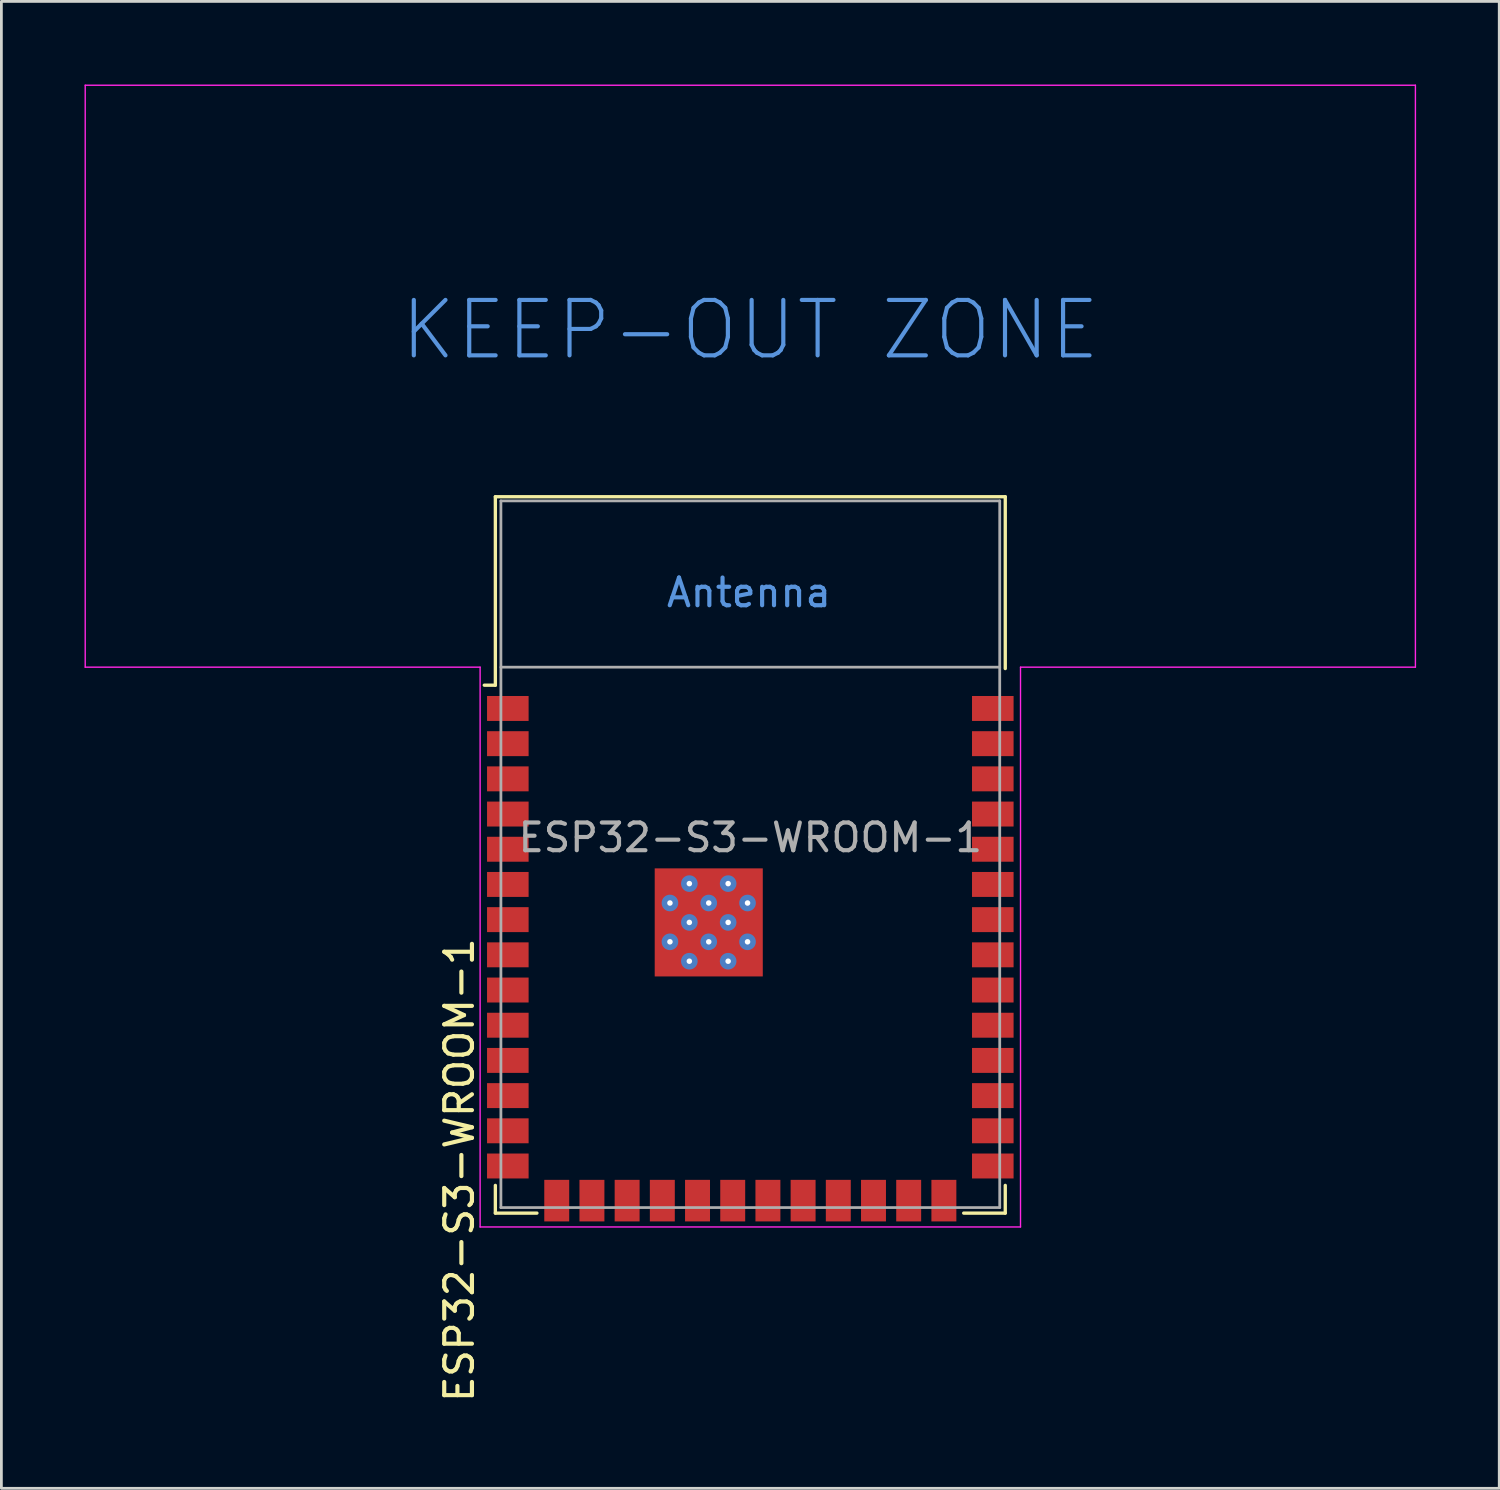
<source format=kicad_pcb>
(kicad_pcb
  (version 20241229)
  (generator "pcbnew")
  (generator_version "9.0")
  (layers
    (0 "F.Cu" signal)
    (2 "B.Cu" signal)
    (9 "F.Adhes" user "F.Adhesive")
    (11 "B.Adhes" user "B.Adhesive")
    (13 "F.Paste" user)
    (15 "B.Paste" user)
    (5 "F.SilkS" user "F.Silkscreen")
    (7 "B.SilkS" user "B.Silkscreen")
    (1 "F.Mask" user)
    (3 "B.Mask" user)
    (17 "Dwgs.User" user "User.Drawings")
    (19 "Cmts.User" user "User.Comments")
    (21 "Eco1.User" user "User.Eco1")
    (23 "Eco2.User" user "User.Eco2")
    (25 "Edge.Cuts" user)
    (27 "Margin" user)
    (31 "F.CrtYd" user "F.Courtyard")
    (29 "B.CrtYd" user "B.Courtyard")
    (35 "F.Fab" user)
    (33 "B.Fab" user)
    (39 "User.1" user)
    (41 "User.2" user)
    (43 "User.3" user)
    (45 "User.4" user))
  (footprint "ESP32-S3-WROOM-1"
    (layer "F.Cu")
    (at 24.025 27.775)
    (property "Reference" "ESP32-S3-WROOM-1" (at -10.5 11.4 90) (unlocked yes) (layer "F.SilkS") (effects (font (size 1 1) (thickness 0.15))))
    (attr smd)
    (fp_line (start -9.2 -12.9) (end 9.2 -12.9) (stroke (width 0.12) (type solid)) (layer "F.SilkS"))
    (fp_line (start -9.2 -6.1) (end -9.6 -6.1) (stroke (width 0.12) (type solid)) (layer "F.SilkS"))
    (fp_line (start -9.2 -6.1) (end -9.2 -12.9) (stroke (width 0.12) (type solid)) (layer "F.SilkS"))
    (fp_line (start -9.2 11.95) (end -9.2 12.95) (stroke (width 0.12) (type solid)) (layer "F.SilkS"))
    (fp_line (start -9.2 12.95) (end -7.7 12.95) (stroke (width 0.12) (type solid)) (layer "F.SilkS"))
    (fp_line (start 9.2 -12.9) (end 9.2 -6.7) (stroke (width 0.12) (type solid)) (layer "F.SilkS"))
    (fp_line (start 9.2 12.95) (end 7.7 12.95) (stroke (width 0.12) (type solid)) (layer "F.SilkS"))
    (fp_line (start 9.2 12.95) (end 9.2 11.95) (stroke (width 0.12) (type solid)) (layer "F.SilkS"))
    (fp_line (start -24 -27.75) (end -24 -6.75) (stroke (width 0.05) (type solid)) (layer "F.CrtYd"))
    (fp_line (start -24 -6.75) (end -9.75 -6.75) (stroke (width 0.05) (type solid)) (layer "F.CrtYd"))
    (fp_line (start -9.75 13.45) (end -9.75 -6.75) (stroke (width 0.05) (type solid)) (layer "F.CrtYd"))
    (fp_line (start -9.75 13.45) (end 9.75 13.45) (stroke (width 0.05) (type solid)) (layer "F.CrtYd"))
    (fp_line (start 9.75 -6.75) (end 9.75 13.45) (stroke (width 0.05) (type solid)) (layer "F.CrtYd"))
    (fp_line (start 9.75 -6.75) (end 24 -6.75) (stroke (width 0.05) (type solid)) (layer "F.CrtYd"))
    (fp_line (start 24 -27.75) (end -24 -27.75) (stroke (width 0.05) (type solid)) (layer "F.CrtYd"))
    (fp_line (start 24 -6.75) (end 24 -27.75) (stroke (width 0.05) (type solid)) (layer "F.CrtYd"))
    (fp_line (start -9 -12.75) (end 9 -12.75) (stroke (width 0.1) (type solid)) (layer "F.Fab"))
    (fp_line (start -9 -6.75) (end 9 -6.75) (stroke (width 0.1) (type solid)) (layer "F.Fab"))
    (fp_line (start -9 12.75) (end -9 -12.75) (stroke (width 0.1) (type solid)) (layer "F.Fab"))
    (fp_line (start -9 12.75) (end 9 12.75) (stroke (width 0.1) (type solid)) (layer "F.Fab"))
    (fp_line (start 9 12.75) (end 9 -12.75) (stroke (width 0.1) (type solid)) (layer "F.Fab"))
    (fp_text user "KEEP-OUT ZONE" (at 0 -18.92 0) (layer "Cmts.User") (effects (font (size 2 2) (thickness 0.15))))
    (fp_text user "Antenna" (at -0.05 -9.44 0) (layer "Cmts.User") (effects (font (size 1 1) (thickness 0.15))))
    (fp_text user "${REFERENCE}" (at 0 -0.6 0) (unlocked yes) (layer "F.Fab") (effects (font (size 1 1) (thickness 0.15))))
    (pad "" smd rect (at -2.9 1.06) (size 0.9 0.9) (layers "F.Paste"))
    (pad "" smd rect (at -2.9 2.46 270) (size 0.9 0.9) (layers "F.Paste"))
    (pad "" smd rect (at -2.9 3.86) (size 0.9 0.9) (layers "F.Paste"))
    (pad "" smd rect (at -1.5 1.06 270) (size 0.9 0.9) (layers "F.Paste"))
    (pad "" smd rect (at -1.5 2.46 270) (size 0.9 0.9) (layers "F.Paste"))
    (pad "" smd rect (at -1.5 3.86 270) (size 0.9 0.9) (layers "F.Paste"))
    (pad "" smd rect (at -0.1 1.06 270) (size 0.9 0.9) (layers "F.Paste"))
    (pad "" smd rect (at -0.1 2.46 270) (size 0.9 0.9) (layers "F.Paste"))
    (pad "" smd rect (at -0.1 3.86 270) (size 0.9 0.9) (layers "F.Paste"))
    (pad "1" smd rect (at -8.75 -5.26) (size 1.5 0.9) (layers "F.Cu" "F.Mask" "F.Paste"))
    (pad "2" smd rect (at -8.75 -3.99) (size 1.5 0.9) (layers "F.Cu" "F.Mask" "F.Paste"))
    (pad "3" smd rect (at -8.75 -2.72) (size 1.5 0.9) (layers "F.Cu" "F.Mask" "F.Paste"))
    (pad "4" smd rect (at -8.75 -1.45) (size 1.5 0.9) (layers "F.Cu" "F.Mask" "F.Paste"))
    (pad "5" smd rect (at -8.75 -0.18) (size 1.5 0.9) (layers "F.Cu" "F.Mask" "F.Paste"))
    (pad "6" smd rect (at -8.75 1.09) (size 1.5 0.9) (layers "F.Cu" "F.Mask" "F.Paste"))
    (pad "7" smd rect (at -8.75 2.36) (size 1.5 0.9) (layers "F.Cu" "F.Mask" "F.Paste"))
    (pad "8" smd rect (at -8.75 3.63) (size 1.5 0.9) (layers "F.Cu" "F.Mask" "F.Paste"))
    (pad "9" smd rect (at -8.75 4.9) (size 1.5 0.9) (layers "F.Cu" "F.Mask" "F.Paste"))
    (pad "10" smd rect (at -8.75 6.17) (size 1.5 0.9) (layers "F.Cu" "F.Mask" "F.Paste"))
    (pad "11" smd rect (at -8.75 7.44) (size 1.5 0.9) (layers "F.Cu" "F.Mask" "F.Paste"))
    (pad "12" smd rect (at -8.75 8.71) (size 1.5 0.9) (layers "F.Cu" "F.Mask" "F.Paste"))
    (pad "13" smd rect (at -8.75 9.98) (size 1.5 0.9) (layers "F.Cu" "F.Mask" "F.Paste"))
    (pad "14" smd rect (at -8.75 11.25 180) (size 1.5 0.9) (layers "F.Cu" "F.Mask" "F.Paste"))
    (pad "15" smd rect (at -6.985 12.5 270) (size 1.5 0.9) (layers "F.Cu" "F.Mask" "F.Paste"))
    (pad "16" smd rect (at -5.715 12.5 270) (size 1.5 0.9) (layers "F.Cu" "F.Mask" "F.Paste"))
    (pad "17" smd rect (at -4.445 12.5 270) (size 1.5 0.9) (layers "F.Cu" "F.Mask" "F.Paste"))
    (pad "18" smd rect (at -3.175 12.5 270) (size 1.5 0.9) (layers "F.Cu" "F.Mask" "F.Paste"))
    (pad "19" smd rect (at -1.905 12.5 270) (size 1.5 0.9) (layers "F.Cu" "F.Mask" "F.Paste"))
    (pad "20" smd rect (at -0.635 12.5 270) (size 1.5 0.9) (layers "F.Cu" "F.Mask" "F.Paste"))
    (pad "21" smd rect (at 0.635 12.5 270) (size 1.5 0.9) (layers "F.Cu" "F.Mask" "F.Paste"))
    (pad "22" smd rect (at 1.905 12.5 270) (size 1.5 0.9) (layers "F.Cu" "F.Mask" "F.Paste"))
    (pad "23" smd rect (at 3.175 12.5 270) (size 1.5 0.9) (layers "F.Cu" "F.Mask" "F.Paste"))
    (pad "24" smd rect (at 4.445 12.5 270) (size 1.5 0.9) (layers "F.Cu" "F.Mask" "F.Paste"))
    (pad "25" smd rect (at 5.715 12.5 270) (size 1.5 0.9) (layers "F.Cu" "F.Mask" "F.Paste"))
    (pad "26" smd rect (at 6.985 12.5 270) (size 1.5 0.9) (layers "F.Cu" "F.Mask" "F.Paste"))
    (pad "27" smd rect (at 8.75 11.25) (size 1.5 0.9) (layers "F.Cu" "F.Mask" "F.Paste"))
    (pad "28" smd rect (at 8.75 9.98) (size 1.5 0.9) (layers "F.Cu" "F.Mask" "F.Paste"))
    (pad "29" smd rect (at 8.75 8.71) (size 1.5 0.9) (layers "F.Cu" "F.Mask" "F.Paste"))
    (pad "30" smd rect (at 8.75 7.44) (size 1.5 0.9) (layers "F.Cu" "F.Mask" "F.Paste"))
    (pad "31" smd rect (at 8.75 6.17) (size 1.5 0.9) (layers "F.Cu" "F.Mask" "F.Paste"))
    (pad "32" smd rect (at 8.75 4.9) (size 1.5 0.9) (layers "F.Cu" "F.Mask" "F.Paste"))
    (pad "33" smd rect (at 8.75 3.63) (size 1.5 0.9) (layers "F.Cu" "F.Mask" "F.Paste"))
    (pad "34" smd rect (at 8.75 2.36) (size 1.5 0.9) (layers "F.Cu" "F.Mask" "F.Paste"))
    (pad "35" smd rect (at 8.75 1.09) (size 1.5 0.9) (layers "F.Cu" "F.Mask" "F.Paste"))
    (pad "36" smd rect (at 8.75 -0.18) (size 1.5 0.9) (layers "F.Cu" "F.Mask" "F.Paste"))
    (pad "37" smd rect (at 8.75 -1.45) (size 1.5 0.9) (layers "F.Cu" "F.Mask" "F.Paste"))
    (pad "38" smd rect (at 8.75 -2.72) (size 1.5 0.9) (layers "F.Cu" "F.Mask" "F.Paste"))
    (pad "39" smd rect (at 8.75 -3.99) (size 1.5 0.9) (layers "F.Cu" "F.Mask" "F.Paste"))
    (pad "40" smd rect (at 8.75 -5.26) (size 1.5 0.9) (layers "F.Cu" "F.Mask" "F.Paste"))
    (pad "41" thru_hole circle (at -2.9 1.76 90) (size 0.6 0.6) (drill 0.2) (property pad_prop_heatsink) (layers "*.Cu" "F.Mask"))
    (pad "41" thru_hole circle (at -2.9 3.16) (size 0.6 0.6) (drill 0.2) (property pad_prop_heatsink) (layers "*.Cu" "F.Mask"))
    (pad "41" thru_hole circle (at -2.2 1.06) (size 0.6 0.6) (drill 0.2) (property pad_prop_heatsink) (layers "*.Cu" "F.Mask"))
    (pad "41" thru_hole circle (at -2.2 2.46) (size 0.6 0.6) (drill 0.2) (property pad_prop_heatsink) (layers "*.Cu" "F.Mask"))
    (pad "41" thru_hole circle (at -2.2 3.86) (size 0.6 0.6) (drill 0.2) (property pad_prop_heatsink) (layers "*.Cu" "F.Mask"))
    (pad "41" thru_hole circle (at -1.5 1.76) (size 0.6 0.6) (drill 0.2) (property pad_prop_heatsink) (layers "*.Cu" "F.Mask"))
    (pad "41" smd rect (at -1.5 2.46 270) (size 3.9 3.9) (layers "F.Cu" "F.Mask"))
    (pad "41" thru_hole circle (at -1.5 3.16) (size 0.6 0.6) (drill 0.2) (property pad_prop_heatsink) (layers "*.Cu" "F.Mask"))
    (pad "41" thru_hole circle (at -0.8 1.06) (size 0.6 0.6) (drill 0.2) (property pad_prop_heatsink) (layers "*.Cu" "F.Mask"))
    (pad "41" thru_hole circle (at -0.8 2.46) (size 0.6 0.6) (drill 0.2) (property pad_prop_heatsink) (layers "*.Cu" "F.Mask"))
    (pad "41" thru_hole circle (at -0.8 3.86) (size 0.6 0.6) (drill 0.2) (property pad_prop_heatsink) (layers "*.Cu" "F.Mask"))
    (pad "41" thru_hole circle (at -0.1 1.76) (size 0.6 0.6) (drill 0.2) (property pad_prop_heatsink) (layers "*.Cu" "F.Mask"))
    (pad "41" thru_hole circle (at -0.1 3.16) (size 0.6 0.6) (drill 0.2) (property pad_prop_heatsink) (layers "*.Cu" "F.Mask"))
    (zone (net_name "") (layers "F.Cu" "B.Cu") (hatch full 0.508) (connect_pads) (min_thickness 0.254) (filled_areas_thickness no) (keepout (tracks not_allowed) (vias not_allowed) (pads not_allowed) (copperpour not_allowed) (footprints not_allowed)) (placement (enabled no)) (fill) (polygon (pts (xy 0.025 21.025) (xy 48.025 21.025) (xy 48.025 0.025) (xy 0.025 0.025)))))
  (gr_rect
    (start -3 -3)
    (end 51.05 50.657)
    (stroke (width 0.1) (type default))
    (fill no)
    (layer "Edge.Cuts")))
</source>
